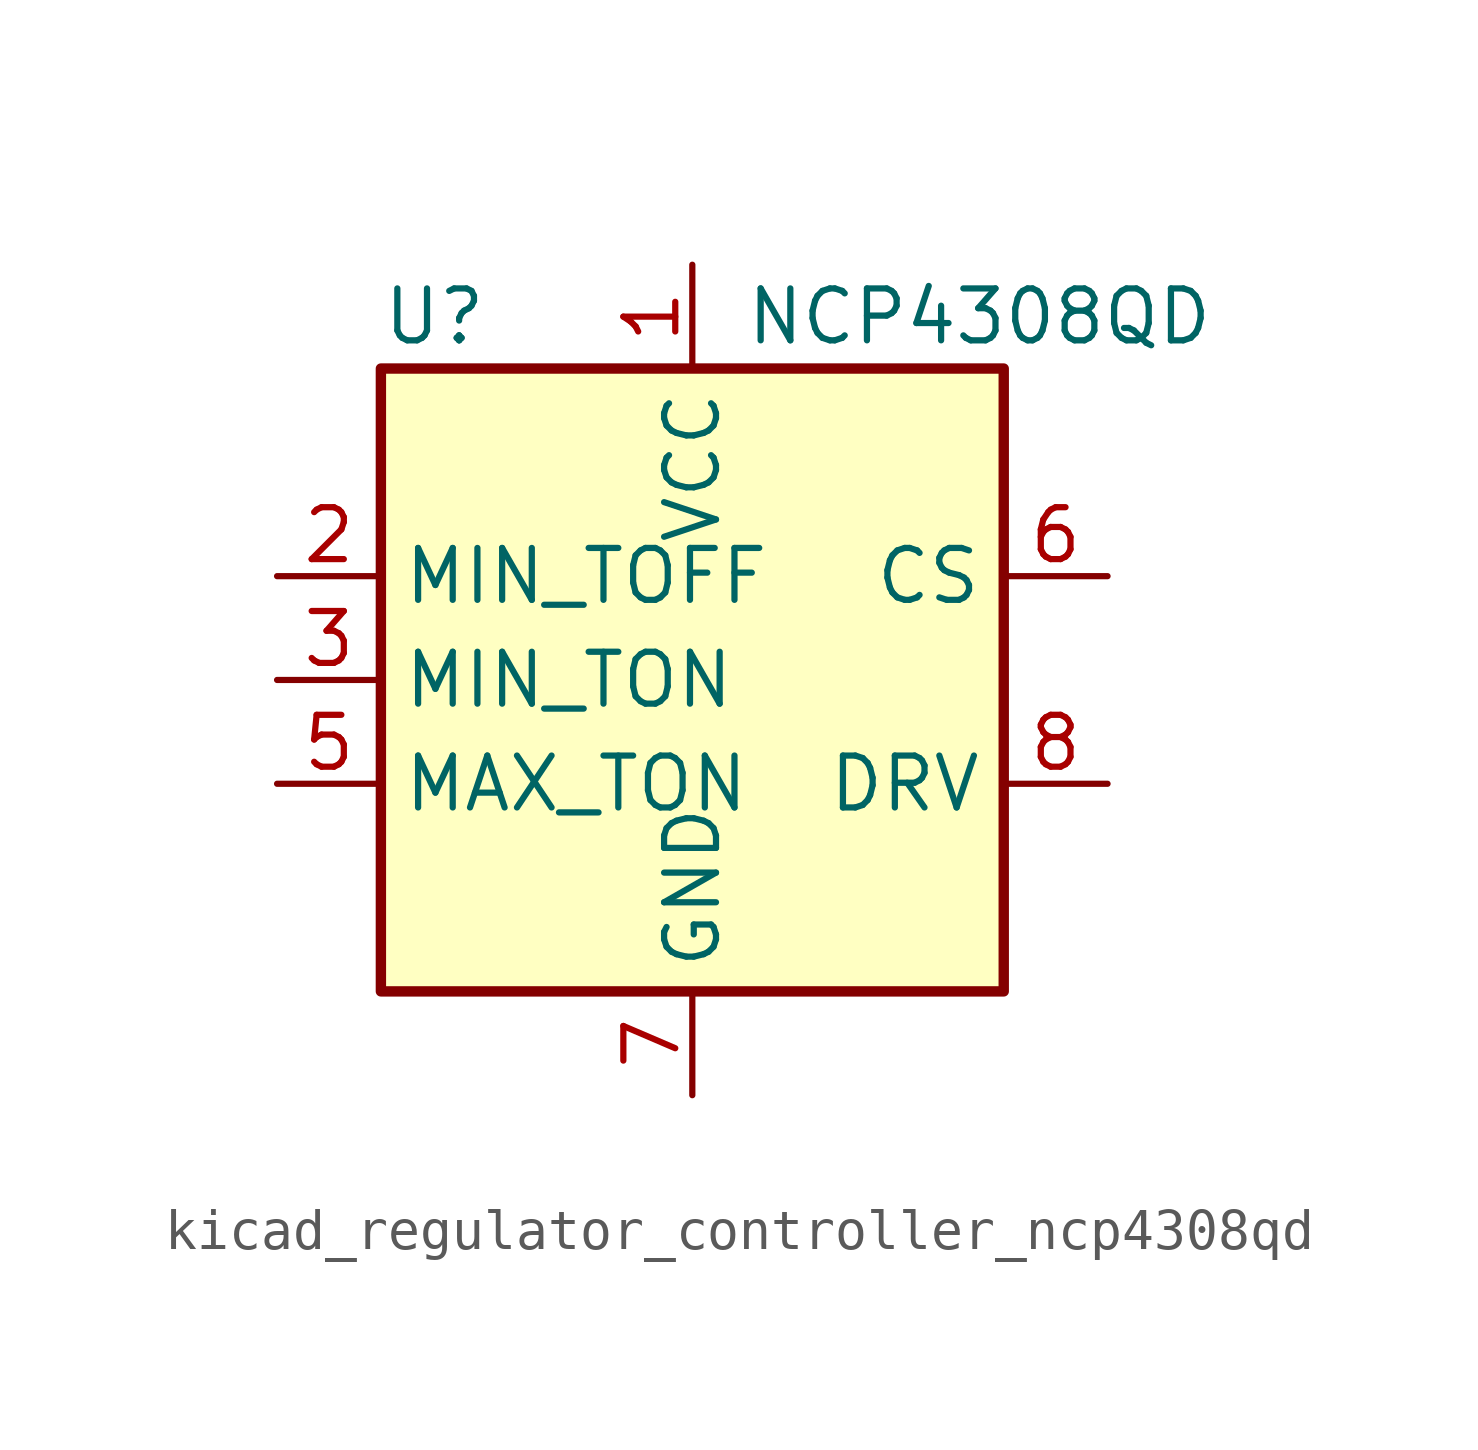
<source format=kicad_sym>
(kicad_symbol_lib
  (version 20220914)
  (generator kicad_symbol_editor)
  (symbol "kicad_regulator_controller_ncp4308qd"
    (property "Reference" "U"
      (at -7.62 8.89 0)
      (effects (font (size 1.27 1.27)) (justify left)))
    (property "Value" "NCP4308QD"
      (at 1.27 8.89 0)
      (effects (font (size 1.27 1.27)) (justify left)))
    (symbol "kicad_regulator_controller_ncp4308qd_0_1"
      (rectangle (start -7.62 7.62) (end 7.62 -7.62) (stroke (width 0.254) (type default)) (fill (type background))))
    (symbol "kicad_regulator_controller_ncp4308qd_1_1"
      (pin power_in line (at 0 10.16 270) (length 2.54) (name "VCC" (effects (font (size 1.27 1.27)))) (number "1" (effects (font (size 1.27 1.27)))))
      (pin passive line (at -10.16 2.54 0) (length 2.54) (name "MIN_TOFF" (effects (font (size 1.27 1.27)))) (number "2" (effects (font (size 1.27 1.27)))))
      (pin passive line (at -10.16 0 0) (length 2.54) (name "MIN_TON" (effects (font (size 1.27 1.27)))) (number "3" (effects (font (size 1.27 1.27)))))
      (pin no_connect line (at 7.62 -5.08 180) (length 2.54) hide (name "NC" (effects (font (size 1.27 1.27)))) (number "4" (effects (font (size 1.27 1.27)))))
      (pin passive line (at -10.16 -2.54 0) (length 2.54) (name "MAX_TON" (effects (font (size 1.27 1.27)))) (number "5" (effects (font (size 1.27 1.27)))))
      (pin input line (at 10.16 2.54 180) (length 2.54) (name "CS" (effects (font (size 1.27 1.27)))) (number "6" (effects (font (size 1.27 1.27)))))
      (pin power_in line (at 0 -10.16 90) (length 2.54) (name "GND" (effects (font (size 1.27 1.27)))) (number "7" (effects (font (size 1.27 1.27)))))
      (pin output line (at 10.16 -2.54 180) (length 2.54) (name "DRV" (effects (font (size 1.27 1.27)))) (number "8" (effects (font (size 1.27 1.27))))))))
</source>
